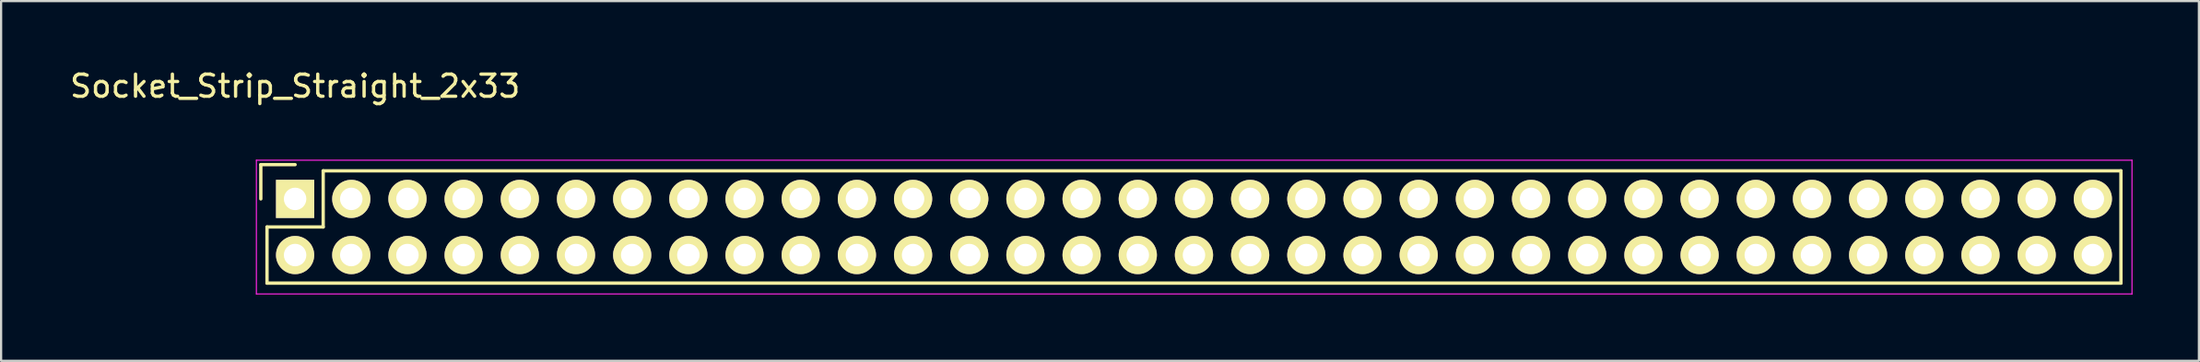
<source format=kicad_pcb>
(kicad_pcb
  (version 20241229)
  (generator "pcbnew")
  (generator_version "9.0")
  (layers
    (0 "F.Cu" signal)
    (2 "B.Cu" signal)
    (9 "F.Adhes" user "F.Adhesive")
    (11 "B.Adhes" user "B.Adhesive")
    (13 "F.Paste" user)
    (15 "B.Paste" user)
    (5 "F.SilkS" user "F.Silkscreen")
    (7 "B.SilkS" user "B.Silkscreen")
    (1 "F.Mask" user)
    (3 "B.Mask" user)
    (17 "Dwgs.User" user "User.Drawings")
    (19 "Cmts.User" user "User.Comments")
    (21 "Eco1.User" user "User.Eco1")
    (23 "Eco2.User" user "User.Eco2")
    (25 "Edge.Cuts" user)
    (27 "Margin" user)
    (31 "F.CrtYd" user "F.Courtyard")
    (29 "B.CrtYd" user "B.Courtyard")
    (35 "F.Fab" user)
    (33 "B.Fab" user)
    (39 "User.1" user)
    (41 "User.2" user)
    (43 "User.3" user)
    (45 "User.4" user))
  (footprint "Socket_Strip_Straight_2x33"
    (layer "F.Cu")
    (at 10.292 5.948)
    (property "Reference" "Socket_Strip_Straight_2x33" (at 0 -5.1 0) (layer "F.SilkS") (effects (font (size 1 1) (thickness 0.15))))
    (attr through_hole)
    (fp_line (start -1.55 -1.55) (end -1.55 0) (stroke (width 0.15) (type solid)) (layer "F.SilkS"))
    (fp_line (start -1.27 1.27) (end 1.27 1.27) (stroke (width 0.15) (type solid)) (layer "F.SilkS"))
    (fp_line (start -1.27 3.81) (end -1.27 1.27) (stroke (width 0.15) (type solid)) (layer "F.SilkS"))
    (fp_line (start 0 -1.55) (end -1.55 -1.55) (stroke (width 0.15) (type solid)) (layer "F.SilkS"))
    (fp_line (start 1.27 -1.27) (end 82.55 -1.27) (stroke (width 0.15) (type solid)) (layer "F.SilkS"))
    (fp_line (start 1.27 1.27) (end 1.27 -1.27) (stroke (width 0.15) (type solid)) (layer "F.SilkS"))
    (fp_line (start 82.55 3.81) (end -1.27 3.81) (stroke (width 0.15) (type solid)) (layer "F.SilkS"))
    (fp_line (start 82.55 3.81) (end 82.55 -1.27) (stroke (width 0.15) (type solid)) (layer "F.SilkS"))
    (fp_line (start -1.75 -1.75) (end -1.75 4.3) (stroke (width 0.05) (type solid)) (layer "F.CrtYd"))
    (fp_line (start -1.75 -1.75) (end 83.05 -1.75) (stroke (width 0.05) (type solid)) (layer "F.CrtYd"))
    (fp_line (start -1.75 4.3) (end 83.05 4.3) (stroke (width 0.05) (type solid)) (layer "F.CrtYd"))
    (fp_line (start 83.05 -1.75) (end 83.05 4.3) (stroke (width 0.05) (type solid)) (layer "F.CrtYd"))
    (pad "1" thru_hole rect (at 0 0) (size 1.727 1.727) (drill 1.016) (layers "*.Cu" "*.Mask" "F.SilkS"))
    (pad "2" thru_hole oval (at 0 2.54) (size 1.727 1.727) (drill 1.016) (layers "*.Cu" "*.Mask" "F.SilkS"))
    (pad "3" thru_hole oval (at 2.54 0) (size 1.727 1.727) (drill 1.016) (layers "*.Cu" "*.Mask" "F.SilkS"))
    (pad "4" thru_hole oval (at 2.54 2.54) (size 1.727 1.727) (drill 1.016) (layers "*.Cu" "*.Mask" "F.SilkS"))
    (pad "5" thru_hole oval (at 5.08 0) (size 1.727 1.727) (drill 1.016) (layers "*.Cu" "*.Mask" "F.SilkS"))
    (pad "6" thru_hole oval (at 5.08 2.54) (size 1.727 1.727) (drill 1.016) (layers "*.Cu" "*.Mask" "F.SilkS"))
    (pad "7" thru_hole oval (at 7.62 0) (size 1.727 1.727) (drill 1.016) (layers "*.Cu" "*.Mask" "F.SilkS"))
    (pad "8" thru_hole oval (at 7.62 2.54) (size 1.727 1.727) (drill 1.016) (layers "*.Cu" "*.Mask" "F.SilkS"))
    (pad "9" thru_hole oval (at 10.16 0) (size 1.727 1.727) (drill 1.016) (layers "*.Cu" "*.Mask" "F.SilkS"))
    (pad "10" thru_hole oval (at 10.16 2.54) (size 1.727 1.727) (drill 1.016) (layers "*.Cu" "*.Mask" "F.SilkS"))
    (pad "11" thru_hole oval (at 12.7 0) (size 1.727 1.727) (drill 1.016) (layers "*.Cu" "*.Mask" "F.SilkS"))
    (pad "12" thru_hole oval (at 12.7 2.54) (size 1.727 1.727) (drill 1.016) (layers "*.Cu" "*.Mask" "F.SilkS"))
    (pad "13" thru_hole oval (at 15.24 0) (size 1.727 1.727) (drill 1.016) (layers "*.Cu" "*.Mask" "F.SilkS"))
    (pad "14" thru_hole oval (at 15.24 2.54) (size 1.727 1.727) (drill 1.016) (layers "*.Cu" "*.Mask" "F.SilkS"))
    (pad "15" thru_hole oval (at 17.78 0) (size 1.727 1.727) (drill 1.016) (layers "*.Cu" "*.Mask" "F.SilkS"))
    (pad "16" thru_hole oval (at 17.78 2.54) (size 1.727 1.727) (drill 1.016) (layers "*.Cu" "*.Mask" "F.SilkS"))
    (pad "17" thru_hole oval (at 20.32 0) (size 1.727 1.727) (drill 1.016) (layers "*.Cu" "*.Mask" "F.SilkS"))
    (pad "18" thru_hole oval (at 20.32 2.54) (size 1.727 1.727) (drill 1.016) (layers "*.Cu" "*.Mask" "F.SilkS"))
    (pad "19" thru_hole oval (at 22.86 0) (size 1.727 1.727) (drill 1.016) (layers "*.Cu" "*.Mask" "F.SilkS"))
    (pad "20" thru_hole oval (at 22.86 2.54) (size 1.727 1.727) (drill 1.016) (layers "*.Cu" "*.Mask" "F.SilkS"))
    (pad "21" thru_hole oval (at 25.4 0) (size 1.727 1.727) (drill 1.016) (layers "*.Cu" "*.Mask" "F.SilkS"))
    (pad "22" thru_hole oval (at 25.4 2.54) (size 1.727 1.727) (drill 1.016) (layers "*.Cu" "*.Mask" "F.SilkS"))
    (pad "23" thru_hole oval (at 27.94 0) (size 1.727 1.727) (drill 1.016) (layers "*.Cu" "*.Mask" "F.SilkS"))
    (pad "24" thru_hole oval (at 27.94 2.54) (size 1.727 1.727) (drill 1.016) (layers "*.Cu" "*.Mask" "F.SilkS"))
    (pad "25" thru_hole oval (at 30.48 0) (size 1.727 1.727) (drill 1.016) (layers "*.Cu" "*.Mask" "F.SilkS"))
    (pad "26" thru_hole oval (at 30.48 2.54) (size 1.727 1.727) (drill 1.016) (layers "*.Cu" "*.Mask" "F.SilkS"))
    (pad "27" thru_hole oval (at 33.02 0) (size 1.727 1.727) (drill 1.016) (layers "*.Cu" "*.Mask" "F.SilkS"))
    (pad "28" thru_hole oval (at 33.02 2.54) (size 1.727 1.727) (drill 1.016) (layers "*.Cu" "*.Mask" "F.SilkS"))
    (pad "29" thru_hole oval (at 35.56 0) (size 1.727 1.727) (drill 1.016) (layers "*.Cu" "*.Mask" "F.SilkS"))
    (pad "30" thru_hole oval (at 35.56 2.54) (size 1.727 1.727) (drill 1.016) (layers "*.Cu" "*.Mask" "F.SilkS"))
    (pad "31" thru_hole oval (at 38.1 0) (size 1.727 1.727) (drill 1.016) (layers "*.Cu" "*.Mask" "F.SilkS"))
    (pad "32" thru_hole oval (at 38.1 2.54) (size 1.727 1.727) (drill 1.016) (layers "*.Cu" "*.Mask" "F.SilkS"))
    (pad "33" thru_hole oval (at 40.64 0) (size 1.727 1.727) (drill 1.016) (layers "*.Cu" "*.Mask" "F.SilkS"))
    (pad "34" thru_hole oval (at 40.64 2.54) (size 1.727 1.727) (drill 1.016) (layers "*.Cu" "*.Mask" "F.SilkS"))
    (pad "35" thru_hole oval (at 43.18 0) (size 1.727 1.727) (drill 1.016) (layers "*.Cu" "*.Mask" "F.SilkS"))
    (pad "36" thru_hole oval (at 43.18 2.54) (size 1.727 1.727) (drill 1.016) (layers "*.Cu" "*.Mask" "F.SilkS"))
    (pad "37" thru_hole oval (at 45.72 0) (size 1.727 1.727) (drill 1.016) (layers "*.Cu" "*.Mask" "F.SilkS"))
    (pad "38" thru_hole oval (at 45.72 2.54) (size 1.727 1.727) (drill 1.016) (layers "*.Cu" "*.Mask" "F.SilkS"))
    (pad "39" thru_hole oval (at 48.26 0) (size 1.727 1.727) (drill 1.016) (layers "*.Cu" "*.Mask" "F.SilkS"))
    (pad "40" thru_hole oval (at 48.26 2.54) (size 1.727 1.727) (drill 1.016) (layers "*.Cu" "*.Mask" "F.SilkS"))
    (pad "41" thru_hole oval (at 50.8 0) (size 1.727 1.727) (drill 1.016) (layers "*.Cu" "*.Mask" "F.SilkS"))
    (pad "42" thru_hole oval (at 50.8 2.54) (size 1.727 1.727) (drill 1.016) (layers "*.Cu" "*.Mask" "F.SilkS"))
    (pad "43" thru_hole oval (at 53.34 0) (size 1.727 1.727) (drill 1.016) (layers "*.Cu" "*.Mask" "F.SilkS"))
    (pad "44" thru_hole oval (at 53.34 2.54) (size 1.727 1.727) (drill 1.016) (layers "*.Cu" "*.Mask" "F.SilkS"))
    (pad "45" thru_hole oval (at 55.88 0) (size 1.727 1.727) (drill 1.016) (layers "*.Cu" "*.Mask" "F.SilkS"))
    (pad "46" thru_hole oval (at 55.88 2.54) (size 1.727 1.727) (drill 1.016) (layers "*.Cu" "*.Mask" "F.SilkS"))
    (pad "47" thru_hole oval (at 58.42 0) (size 1.727 1.727) (drill 1.016) (layers "*.Cu" "*.Mask" "F.SilkS"))
    (pad "48" thru_hole oval (at 58.42 2.54) (size 1.727 1.727) (drill 1.016) (layers "*.Cu" "*.Mask" "F.SilkS"))
    (pad "49" thru_hole oval (at 60.96 0) (size 1.727 1.727) (drill 1.016) (layers "*.Cu" "*.Mask" "F.SilkS"))
    (pad "50" thru_hole oval (at 60.96 2.54) (size 1.727 1.727) (drill 1.016) (layers "*.Cu" "*.Mask" "F.SilkS"))
    (pad "51" thru_hole oval (at 63.5 0) (size 1.727 1.727) (drill 1.016) (layers "*.Cu" "*.Mask" "F.SilkS"))
    (pad "52" thru_hole oval (at 63.5 2.54) (size 1.727 1.727) (drill 1.016) (layers "*.Cu" "*.Mask" "F.SilkS"))
    (pad "53" thru_hole oval (at 66.04 0) (size 1.727 1.727) (drill 1.016) (layers "*.Cu" "*.Mask" "F.SilkS"))
    (pad "54" thru_hole oval (at 66.04 2.54) (size 1.727 1.727) (drill 1.016) (layers "*.Cu" "*.Mask" "F.SilkS"))
    (pad "55" thru_hole oval (at 68.58 0) (size 1.727 1.727) (drill 1.016) (layers "*.Cu" "*.Mask" "F.SilkS"))
    (pad "56" thru_hole oval (at 68.58 2.54) (size 1.727 1.727) (drill 1.016) (layers "*.Cu" "*.Mask" "F.SilkS"))
    (pad "57" thru_hole oval (at 71.12 0) (size 1.727 1.727) (drill 1.016) (layers "*.Cu" "*.Mask" "F.SilkS"))
    (pad "58" thru_hole oval (at 71.12 2.54) (size 1.727 1.727) (drill 1.016) (layers "*.Cu" "*.Mask" "F.SilkS"))
    (pad "59" thru_hole oval (at 73.66 0) (size 1.727 1.727) (drill 1.016) (layers "*.Cu" "*.Mask" "F.SilkS"))
    (pad "60" thru_hole oval (at 73.66 2.54) (size 1.727 1.727) (drill 1.016) (layers "*.Cu" "*.Mask" "F.SilkS"))
    (pad "61" thru_hole oval (at 76.2 0) (size 1.727 1.727) (drill 1.016) (layers "*.Cu" "*.Mask" "F.SilkS"))
    (pad "62" thru_hole oval (at 76.2 2.54) (size 1.727 1.727) (drill 1.016) (layers "*.Cu" "*.Mask" "F.SilkS"))
    (pad "63" thru_hole oval (at 78.74 0) (size 1.727 1.727) (drill 1.016) (layers "*.Cu" "*.Mask" "F.SilkS"))
    (pad "64" thru_hole oval (at 78.74 2.54) (size 1.727 1.727) (drill 1.016) (layers "*.Cu" "*.Mask" "F.SilkS"))
    (pad "65" thru_hole oval (at 81.28 0) (size 1.727 1.727) (drill 1.016) (layers "*.Cu" "*.Mask" "F.SilkS"))
    (pad "66" thru_hole oval (at 81.28 2.54) (size 1.727 1.727) (drill 1.016) (layers "*.Cu" "*.Mask" "F.SilkS")))
  (gr_rect
    (start -3 -3)
    (end 96.367 13.273)
    (stroke (width 0.1) (type default))
    (fill no)
    (layer "Edge.Cuts")))
</source>
